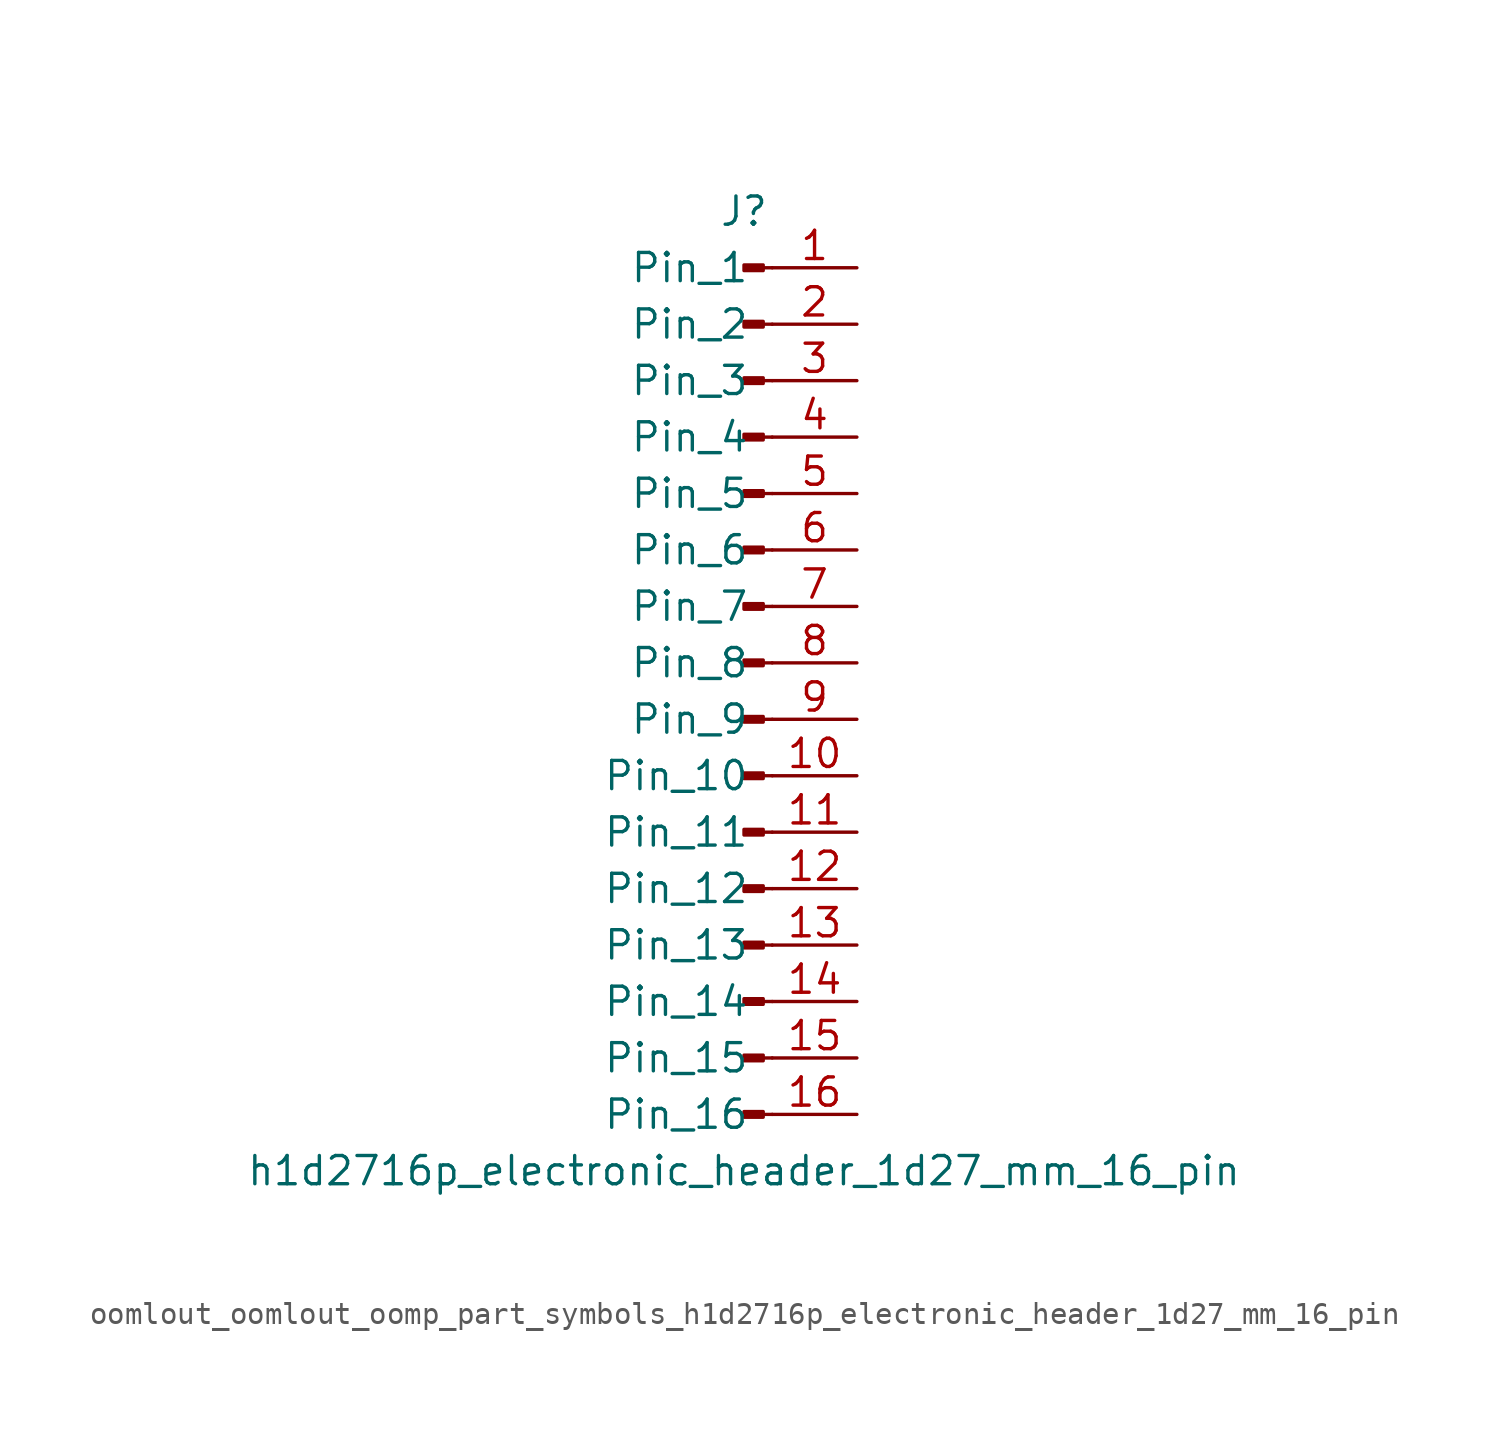
<source format=kicad_sym>
(kicad_symbol_lib
  (version 20220914)
  (generator kicad_symbol_editor)
  (symbol "oomlout_oomlout_oomp_part_symbols_h1d2716p_electronic_header_1d27_mm_16_pin"
    (pin_names
      (offset 1.016))
    (property "Reference" "J"
      (at 0 20.32 0)
      (effects (font (size 1.27 1.27))))
    (property "Value" "h1d2716p_electronic_header_1d27_mm_16_pin"
      (at 0 -22.86 0)
      (effects (font (size 1.27 1.27))))
    (property "ki_locked" ""
      (at 0 0 0)
      (effects (font (size 1.27 1.27))))
    (symbol "oomlout_oomlout_oomp_part_symbols_h1d2716p_electronic_header_1d27_mm_16_pin_1_1"
      (polyline (pts (xy 1.27 -20.32) (xy 0.864 -20.32)) (stroke (width 0.152) (type default)) (fill (type none)))
      (polyline (pts (xy 1.27 -17.78) (xy 0.864 -17.78)) (stroke (width 0.152) (type default)) (fill (type none)))
      (polyline (pts (xy 1.27 -15.24) (xy 0.864 -15.24)) (stroke (width 0.152) (type default)) (fill (type none)))
      (polyline (pts (xy 1.27 -12.7) (xy 0.864 -12.7)) (stroke (width 0.152) (type default)) (fill (type none)))
      (polyline (pts (xy 1.27 -10.16) (xy 0.864 -10.16)) (stroke (width 0.152) (type default)) (fill (type none)))
      (polyline (pts (xy 1.27 -7.62) (xy 0.864 -7.62)) (stroke (width 0.152) (type default)) (fill (type none)))
      (polyline (pts (xy 1.27 -5.08) (xy 0.864 -5.08)) (stroke (width 0.152) (type default)) (fill (type none)))
      (polyline (pts (xy 1.27 -2.54) (xy 0.864 -2.54)) (stroke (width 0.152) (type default)) (fill (type none)))
      (polyline (pts (xy 1.27 0) (xy 0.864 0)) (stroke (width 0.152) (type default)) (fill (type none)))
      (polyline (pts (xy 1.27 2.54) (xy 0.864 2.54)) (stroke (width 0.152) (type default)) (fill (type none)))
      (polyline (pts (xy 1.27 5.08) (xy 0.864 5.08)) (stroke (width 0.152) (type default)) (fill (type none)))
      (polyline (pts (xy 1.27 7.62) (xy 0.864 7.62)) (stroke (width 0.152) (type default)) (fill (type none)))
      (polyline (pts (xy 1.27 10.16) (xy 0.864 10.16)) (stroke (width 0.152) (type default)) (fill (type none)))
      (polyline (pts (xy 1.27 12.7) (xy 0.864 12.7)) (stroke (width 0.152) (type default)) (fill (type none)))
      (polyline (pts (xy 1.27 15.24) (xy 0.864 15.24)) (stroke (width 0.152) (type default)) (fill (type none)))
      (polyline (pts (xy 1.27 17.78) (xy 0.864 17.78)) (stroke (width 0.152) (type default)) (fill (type none)))
      (rectangle (start 0.864 -20.193) (end 0 -20.447) (stroke (width 0.152) (type default)) (fill (type outline)))
      (rectangle (start 0.864 -17.653) (end 0 -17.907) (stroke (width 0.152) (type default)) (fill (type outline)))
      (rectangle (start 0.864 -15.113) (end 0 -15.367) (stroke (width 0.152) (type default)) (fill (type outline)))
      (rectangle (start 0.864 -12.573) (end 0 -12.827) (stroke (width 0.152) (type default)) (fill (type outline)))
      (rectangle (start 0.864 -10.033) (end 0 -10.287) (stroke (width 0.152) (type default)) (fill (type outline)))
      (rectangle (start 0.864 -7.493) (end 0 -7.747) (stroke (width 0.152) (type default)) (fill (type outline)))
      (rectangle (start 0.864 -4.953) (end 0 -5.207) (stroke (width 0.152) (type default)) (fill (type outline)))
      (rectangle (start 0.864 -2.413) (end 0 -2.667) (stroke (width 0.152) (type default)) (fill (type outline)))
      (rectangle (start 0.864 0.127) (end 0 -0.127) (stroke (width 0.152) (type default)) (fill (type outline)))
      (rectangle (start 0.864 2.667) (end 0 2.413) (stroke (width 0.152) (type default)) (fill (type outline)))
      (rectangle (start 0.864 5.207) (end 0 4.953) (stroke (width 0.152) (type default)) (fill (type outline)))
      (rectangle (start 0.864 7.747) (end 0 7.493) (stroke (width 0.152) (type default)) (fill (type outline)))
      (rectangle (start 0.864 10.287) (end 0 10.033) (stroke (width 0.152) (type default)) (fill (type outline)))
      (rectangle (start 0.864 12.827) (end 0 12.573) (stroke (width 0.152) (type default)) (fill (type outline)))
      (rectangle (start 0.864 15.367) (end 0 15.113) (stroke (width 0.152) (type default)) (fill (type outline)))
      (rectangle (start 0.864 17.907) (end 0 17.653) (stroke (width 0.152) (type default)) (fill (type outline)))
      (pin passive line (at 5.08 17.78 180) (length 3.81) (name "Pin_1" (effects (font (size 1.27 1.27)))) (number "1" (effects (font (size 1.27 1.27)))))
      (pin passive line (at 5.08 -5.08 180) (length 3.81) (name "Pin_10" (effects (font (size 1.27 1.27)))) (number "10" (effects (font (size 1.27 1.27)))))
      (pin passive line (at 5.08 -7.62 180) (length 3.81) (name "Pin_11" (effects (font (size 1.27 1.27)))) (number "11" (effects (font (size 1.27 1.27)))))
      (pin passive line (at 5.08 -10.16 180) (length 3.81) (name "Pin_12" (effects (font (size 1.27 1.27)))) (number "12" (effects (font (size 1.27 1.27)))))
      (pin passive line (at 5.08 -12.7 180) (length 3.81) (name "Pin_13" (effects (font (size 1.27 1.27)))) (number "13" (effects (font (size 1.27 1.27)))))
      (pin passive line (at 5.08 -15.24 180) (length 3.81) (name "Pin_14" (effects (font (size 1.27 1.27)))) (number "14" (effects (font (size 1.27 1.27)))))
      (pin passive line (at 5.08 -17.78 180) (length 3.81) (name "Pin_15" (effects (font (size 1.27 1.27)))) (number "15" (effects (font (size 1.27 1.27)))))
      (pin passive line (at 5.08 -20.32 180) (length 3.81) (name "Pin_16" (effects (font (size 1.27 1.27)))) (number "16" (effects (font (size 1.27 1.27)))))
      (pin passive line (at 5.08 15.24 180) (length 3.81) (name "Pin_2" (effects (font (size 1.27 1.27)))) (number "2" (effects (font (size 1.27 1.27)))))
      (pin passive line (at 5.08 12.7 180) (length 3.81) (name "Pin_3" (effects (font (size 1.27 1.27)))) (number "3" (effects (font (size 1.27 1.27)))))
      (pin passive line (at 5.08 10.16 180) (length 3.81) (name "Pin_4" (effects (font (size 1.27 1.27)))) (number "4" (effects (font (size 1.27 1.27)))))
      (pin passive line (at 5.08 7.62 180) (length 3.81) (name "Pin_5" (effects (font (size 1.27 1.27)))) (number "5" (effects (font (size 1.27 1.27)))))
      (pin passive line (at 5.08 5.08 180) (length 3.81) (name "Pin_6" (effects (font (size 1.27 1.27)))) (number "6" (effects (font (size 1.27 1.27)))))
      (pin passive line (at 5.08 2.54 180) (length 3.81) (name "Pin_7" (effects (font (size 1.27 1.27)))) (number "7" (effects (font (size 1.27 1.27)))))
      (pin passive line (at 5.08 0 180) (length 3.81) (name "Pin_8" (effects (font (size 1.27 1.27)))) (number "8" (effects (font (size 1.27 1.27)))))
      (pin passive line (at 5.08 -2.54 180) (length 3.81) (name "Pin_9" (effects (font (size 1.27 1.27)))) (number "9" (effects (font (size 1.27 1.27))))))))
</source>
